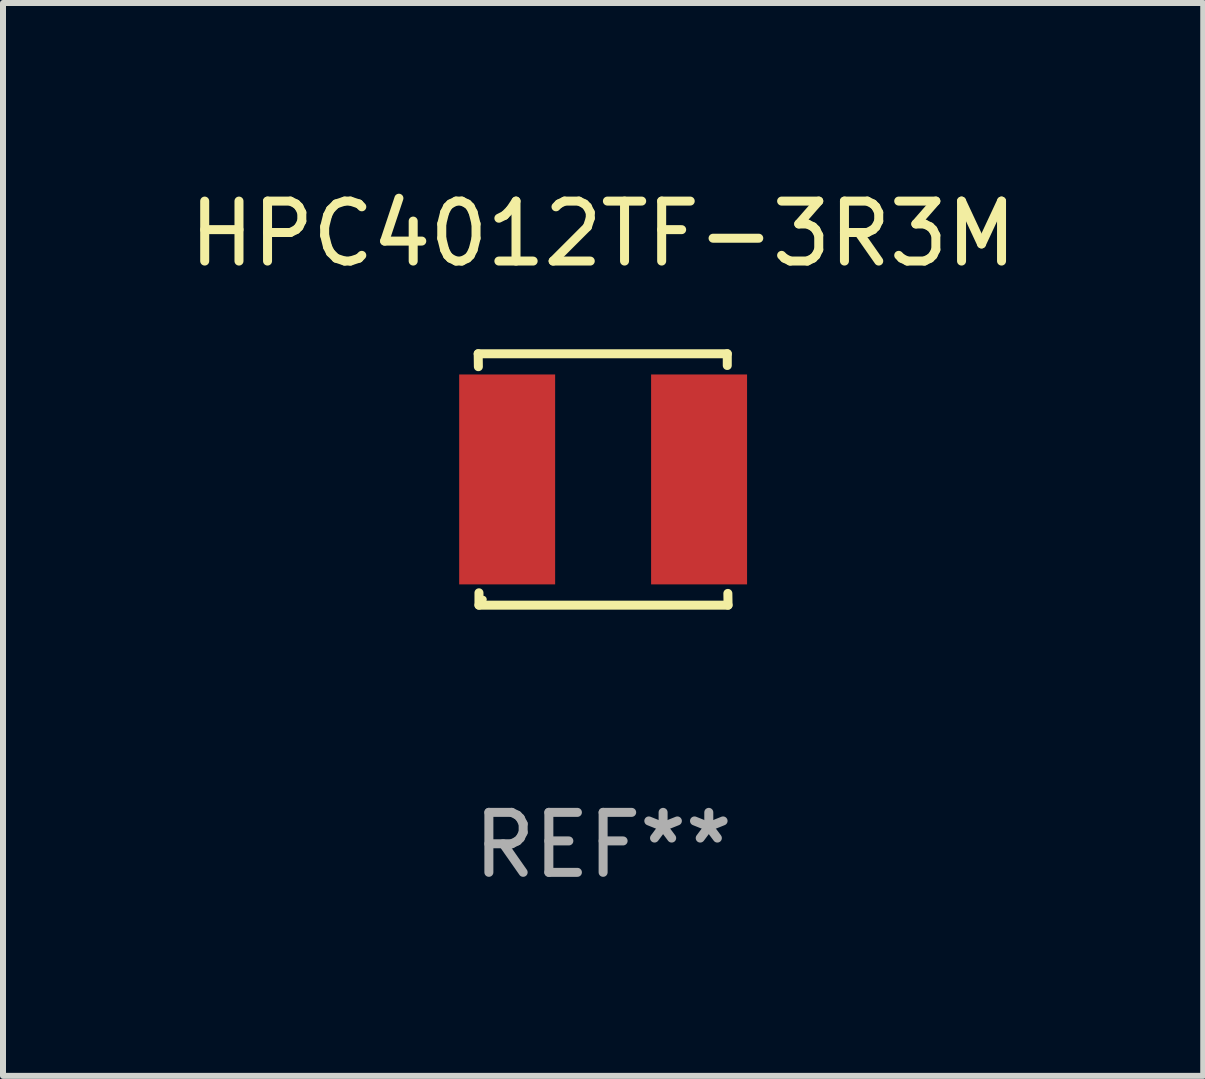
<source format=kicad_pcb>
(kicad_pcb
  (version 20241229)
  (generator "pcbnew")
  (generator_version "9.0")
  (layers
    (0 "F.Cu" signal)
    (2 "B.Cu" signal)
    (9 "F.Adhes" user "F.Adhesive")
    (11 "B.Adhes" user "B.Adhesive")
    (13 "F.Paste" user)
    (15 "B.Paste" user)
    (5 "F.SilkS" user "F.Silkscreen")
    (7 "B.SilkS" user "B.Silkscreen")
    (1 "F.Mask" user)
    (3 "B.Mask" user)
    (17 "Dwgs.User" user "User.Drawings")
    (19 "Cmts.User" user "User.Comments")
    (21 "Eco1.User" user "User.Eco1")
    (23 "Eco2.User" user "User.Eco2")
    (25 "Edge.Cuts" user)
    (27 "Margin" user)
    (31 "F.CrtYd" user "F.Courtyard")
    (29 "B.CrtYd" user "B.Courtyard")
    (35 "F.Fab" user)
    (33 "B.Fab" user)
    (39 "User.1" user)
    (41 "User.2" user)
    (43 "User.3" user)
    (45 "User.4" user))
  (footprint "HPC4012TF-3R3M"
    (layer "F.Cu")
    (at 7.006 4.944)
    (property "Reference" "HPC4012TF-3R3M" (at 0 -4.096 0) (layer "F.SilkS") (effects (font (size 1 1) (thickness 0.15))))
    (attr through_hole)
    (fp_line (start -2.083 -2.096) (end -2.08 -1.88) (stroke (width 0.15) (type solid)) (layer "F.SilkS"))
    (fp_line (start -2.07 1.89) (end -2.07 2.096) (stroke (width 0.15) (type solid)) (layer "F.SilkS"))
    (fp_line (start -2.07 2.096) (end 2.083 2.096) (stroke (width 0.15) (type solid)) (layer "F.SilkS"))
    (fp_line (start 2.07 -1.9) (end 2.07 -2.096) (stroke (width 0.15) (type solid)) (layer "F.SilkS"))
    (fp_line (start 2.07 -2.096) (end -2.083 -2.096) (stroke (width 0.15) (type solid)) (layer "F.SilkS"))
    (fp_line (start 2.083 2.096) (end 2.08 1.9) (stroke (width 0.15) (type solid)) (layer "F.SilkS"))
    (fp_circle (center -2 2) (end -1.97 2) (stroke (width 0.06) (type solid)) (fill no) (layer "F.SilkS"))
    (fp_text user "REF**" (at 0 6.096 0) (layer "F.Fab") (effects (font (size 1 1) (thickness 0.15))))
    (pad "1" smd rect (at -1.6 -0.000343) (size 1.6 3.5) (layers "F.Cu" "F.Mask" "F.Paste"))
    (pad "2" smd rect (at 1.6 -0.000343) (size 1.6 3.5) (layers "F.Cu" "F.Mask" "F.Paste")))
  (gr_rect
    (start -3 -3)
    (end 17.012 14.888)
    (stroke (width 0.1) (type default))
    (fill no)
    (layer "Edge.Cuts")))
</source>
